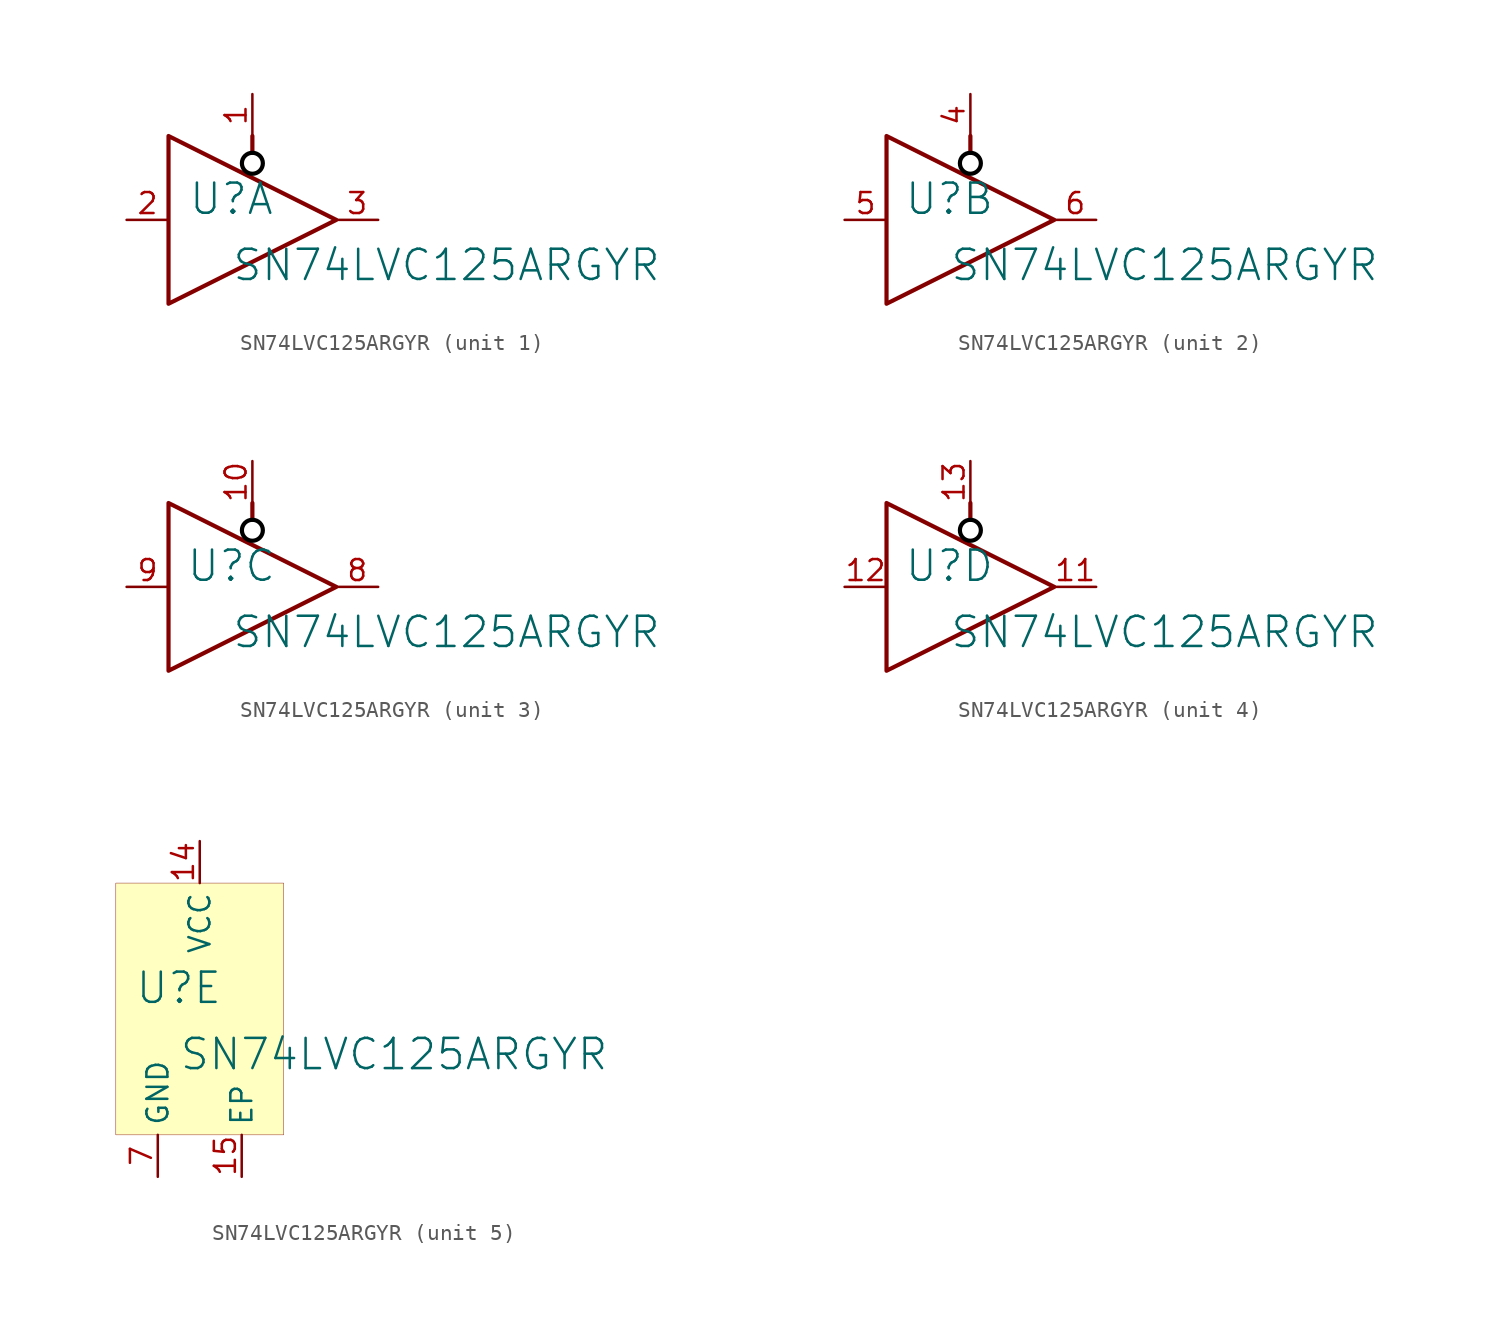
<source format=kicad_sym>
(kicad_symbol_lib
  (version 20231120)
  (generator "kicad_symbol_editor")
  (generator_version "8.0")
  (symbol "SN74LVC125ARGYR"
    (property "Reference" "U"
      (at -1.27 1.27 0)
      (effects (font (size 1.829 1.829))))
    (property "Value" "SN74LVC125ARGYR"
      (at -1.27 -3.81 0)
      (effects (font (size 1.829 1.829)) (justify left bottom)))
    (symbol "SN74LVC125ARGYR_1_0"
      (polyline (pts (xy 0 5.08) (xy 0 4.064)) (stroke (width 0.254) (type solid)) (fill (type none)))
      (polyline (pts (xy -5.08 0) (xy -5.08 5.08) (xy 5.08 0) (xy -5.08 -5.08) (xy -5.08 0)) (stroke (width 0.254) (type solid)) (fill (type none)))
      (circle (center 0 3.429) (radius 0.635) (stroke (width 0.254) (type solid) (color 0 0 0 1)) (fill (type none)))
      (pin input line (at 0 7.62 270) (length 2.54) (name "1~{OE}" (effects (font (size 0 0)))) (number "1" (effects (font (size 1.27 1.27)))))
      (pin input line (at -7.62 0 0) (length 2.54) (name "1A" (effects (font (size 0 0)))) (number "2" (effects (font (size 1.27 1.27)))))
      (pin output line (at 7.62 0 180) (length 2.54) (name "1Y" (effects (font (size 0 0)))) (number "3" (effects (font (size 1.27 1.27))))))
    (symbol "SN74LVC125ARGYR_2_0"
      (polyline (pts (xy 0 5.08) (xy 0 4.064)) (stroke (width 0.254) (type solid)) (fill (type none)))
      (polyline (pts (xy -5.08 0) (xy -5.08 5.08) (xy 5.08 0) (xy -5.08 -5.08) (xy -5.08 0)) (stroke (width 0.254) (type solid)) (fill (type none)))
      (circle (center 0 3.429) (radius 0.635) (stroke (width 0.254) (type solid) (color 0 0 0 1)) (fill (type none)))
      (pin input line (at 0 7.62 270) (length 2.54) (name "2~{OE}" (effects (font (size 0 0)))) (number "4" (effects (font (size 1.27 1.27)))))
      (pin input line (at -7.62 0 0) (length 2.54) (name "2A" (effects (font (size 0 0)))) (number "5" (effects (font (size 1.27 1.27)))))
      (pin output line (at 7.62 0 180) (length 2.54) (name "2Y" (effects (font (size 0 0)))) (number "6" (effects (font (size 1.27 1.27))))))
    (symbol "SN74LVC125ARGYR_3_0"
      (polyline (pts (xy 0 5.08) (xy 0 4.064)) (stroke (width 0.254) (type solid)) (fill (type none)))
      (polyline (pts (xy -5.08 0) (xy -5.08 5.08) (xy 5.08 0) (xy -5.08 -5.08) (xy -5.08 0)) (stroke (width 0.254) (type solid)) (fill (type none)))
      (circle (center 0 3.429) (radius 0.635) (stroke (width 0.254) (type solid) (color 0 0 0 1)) (fill (type none)))
      (pin input line (at 0 7.62 270) (length 2.54) (name "3~{OE}" (effects (font (size 0 0)))) (number "10" (effects (font (size 1.27 1.27)))))
      (pin output line (at 7.62 0 180) (length 2.54) (name "3Y" (effects (font (size 0 0)))) (number "8" (effects (font (size 1.27 1.27)))))
      (pin input line (at -7.62 0 0) (length 2.54) (name "3A" (effects (font (size 0 0)))) (number "9" (effects (font (size 1.27 1.27))))))
    (symbol "SN74LVC125ARGYR_4_0"
      (polyline (pts (xy 0 5.08) (xy 0 4.064)) (stroke (width 0.254) (type solid)) (fill (type none)))
      (polyline (pts (xy -5.08 0) (xy -5.08 5.08) (xy 5.08 0) (xy -5.08 -5.08) (xy -5.08 0)) (stroke (width 0.254) (type solid)) (fill (type none)))
      (circle (center 0 3.429) (radius 0.635) (stroke (width 0.254) (type solid) (color 0 0 0 1)) (fill (type none)))
      (pin output line (at 7.62 0 180) (length 2.54) (name "4Y" (effects (font (size 0 0)))) (number "11" (effects (font (size 1.27 1.27)))))
      (pin input line (at -7.62 0 0) (length 2.54) (name "4A" (effects (font (size 0 0)))) (number "12" (effects (font (size 1.27 1.27)))))
      (pin input line (at 0 7.62 270) (length 2.54) (name "4~{OE}" (effects (font (size 0 0)))) (number "13" (effects (font (size 1.27 1.27))))))
    (symbol "SN74LVC125ARGYR_5_0"
      (rectangle (start 5.08 7.62) (end -5.08 -7.62) (stroke (width 0.025) (type solid) (color 128 0 0 1)) (fill (type background)))
      (pin power_in line (at 0 10.16 270) (length 2.54) (name "VCC" (effects (font (size 1.27 1.27)))) (number "14" (effects (font (size 1.27 1.27)))))
      (pin power_in line (at 2.54 -10.16 90) (length 2.54) (name "EP" (effects (font (size 1.27 1.27)))) (number "15" (effects (font (size 1.27 1.27)))))
      (pin power_in line (at -2.54 -10.16 90) (length 2.54) (name "GND" (effects (font (size 1.27 1.27)))) (number "7" (effects (font (size 1.27 1.27))))))))
</source>
